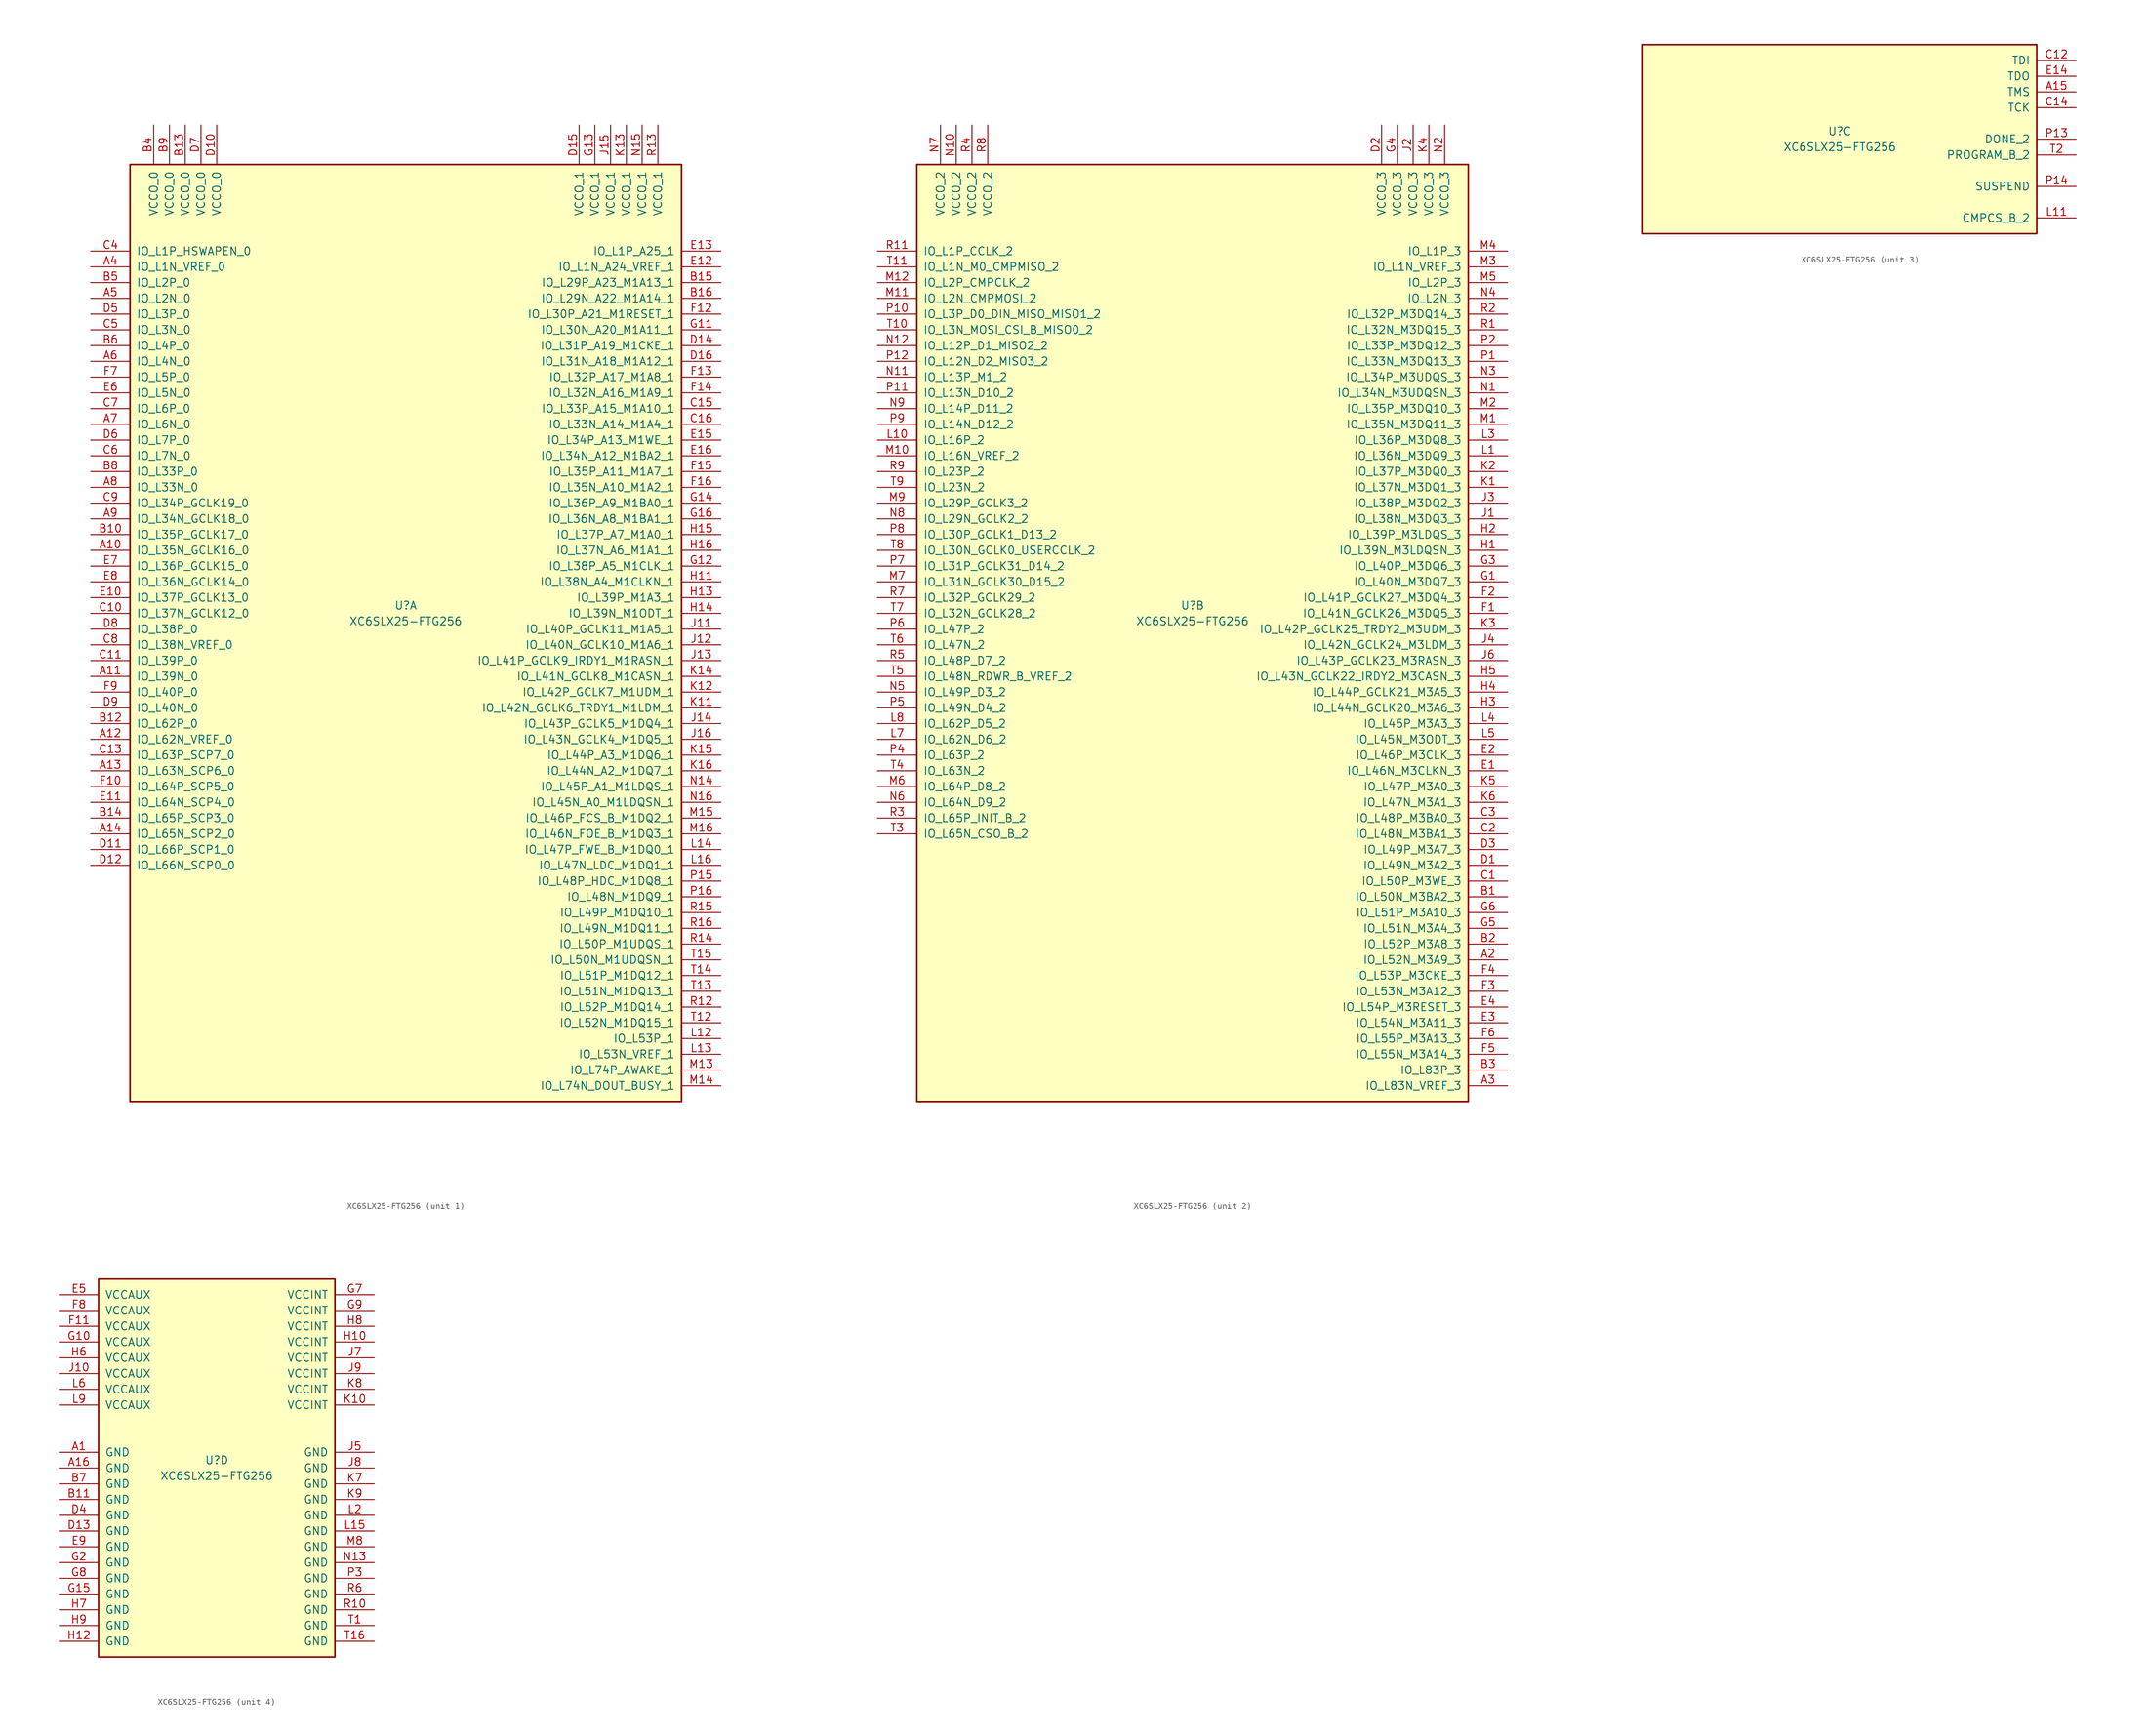
<source format=kicad_sym>
(kicad_symbol_lib
  (version 20201005)
  (generator kicad_symbol_editor)
  (symbol "XC6SLX25-FTG256"
    (pin_names
      (offset 1.016))
    (property "Reference" "U"
      (at 0 1.27 0)
      (effects (font (size 1.27 1.27))))
    (property "Value" "XC6SLX25-FTG256"
      (at 0 -1.27 0)
      (effects (font (size 1.27 1.27))))
    (property "Datasheet" ""
      (at 0 0 0)
      (effects (font (size 1.27 1.27))))
    (property "ki_locked" ""
      (at 0 0 0)
      (effects (font (size 1.27 1.27))))
    (symbol "XC6SLX25-FTG256_1_1"
      (rectangle (start -44.45 72.39) (end 44.45 -78.74) (stroke (width 0.254)) (fill (type background)))
      (pin bidirectional line (at -50.8 10.16 0) (length 6.35) (name "IO_L35N_GCLK16_0" (effects (font (size 1.27 1.27)))) (number "A10" (effects (font (size 1.27 1.27)))))
      (pin bidirectional line (at -50.8 -10.16 0) (length 6.35) (name "IO_L39N_0" (effects (font (size 1.27 1.27)))) (number "A11" (effects (font (size 1.27 1.27)))))
      (pin bidirectional line (at -50.8 -20.32 0) (length 6.35) (name "IO_L62N_VREF_0" (effects (font (size 1.27 1.27)))) (number "A12" (effects (font (size 1.27 1.27)))))
      (pin bidirectional line (at -50.8 -25.4 0) (length 6.35) (name "IO_L63N_SCP6_0" (effects (font (size 1.27 1.27)))) (number "A13" (effects (font (size 1.27 1.27)))))
      (pin bidirectional line (at -50.8 -35.56 0) (length 6.35) (name "IO_L65N_SCP2_0" (effects (font (size 1.27 1.27)))) (number "A14" (effects (font (size 1.27 1.27)))))
      (pin bidirectional line (at -50.8 55.88 0) (length 6.35) (name "IO_L1N_VREF_0" (effects (font (size 1.27 1.27)))) (number "A4" (effects (font (size 1.27 1.27)))))
      (pin bidirectional line (at -50.8 50.8 0) (length 6.35) (name "IO_L2N_0" (effects (font (size 1.27 1.27)))) (number "A5" (effects (font (size 1.27 1.27)))))
      (pin bidirectional line (at -50.8 40.64 0) (length 6.35) (name "IO_L4N_0" (effects (font (size 1.27 1.27)))) (number "A6" (effects (font (size 1.27 1.27)))))
      (pin bidirectional line (at -50.8 30.48 0) (length 6.35) (name "IO_L6N_0" (effects (font (size 1.27 1.27)))) (number "A7" (effects (font (size 1.27 1.27)))))
      (pin bidirectional line (at -50.8 20.32 0) (length 6.35) (name "IO_L33N_0" (effects (font (size 1.27 1.27)))) (number "A8" (effects (font (size 1.27 1.27)))))
      (pin bidirectional line (at -50.8 15.24 0) (length 6.35) (name "IO_L34N_GCLK18_0" (effects (font (size 1.27 1.27)))) (number "A9" (effects (font (size 1.27 1.27)))))
      (pin bidirectional line (at -50.8 12.7 0) (length 6.35) (name "IO_L35P_GCLK17_0" (effects (font (size 1.27 1.27)))) (number "B10" (effects (font (size 1.27 1.27)))))
      (pin bidirectional line (at -50.8 -17.78 0) (length 6.35) (name "IO_L62P_0" (effects (font (size 1.27 1.27)))) (number "B12" (effects (font (size 1.27 1.27)))))
      (pin power_in line (at -35.56 78.74 270) (length 6.35) (name "VCCO_0" (effects (font (size 1.27 1.27)))) (number "B13" (effects (font (size 1.27 1.27)))))
      (pin bidirectional line (at -50.8 -33.02 0) (length 6.35) (name "IO_L65P_SCP3_0" (effects (font (size 1.27 1.27)))) (number "B14" (effects (font (size 1.27 1.27)))))
      (pin bidirectional line (at 50.8 53.34 180) (length 6.35) (name "IO_L29P_A23_M1A13_1" (effects (font (size 1.27 1.27)))) (number "B15" (effects (font (size 1.27 1.27)))))
      (pin bidirectional line (at 50.8 50.8 180) (length 6.35) (name "IO_L29N_A22_M1A14_1" (effects (font (size 1.27 1.27)))) (number "B16" (effects (font (size 1.27 1.27)))))
      (pin power_in line (at -40.64 78.74 270) (length 6.35) (name "VCCO_0" (effects (font (size 1.27 1.27)))) (number "B4" (effects (font (size 1.27 1.27)))))
      (pin bidirectional line (at -50.8 53.34 0) (length 6.35) (name "IO_L2P_0" (effects (font (size 1.27 1.27)))) (number "B5" (effects (font (size 1.27 1.27)))))
      (pin bidirectional line (at -50.8 43.18 0) (length 6.35) (name "IO_L4P_0" (effects (font (size 1.27 1.27)))) (number "B6" (effects (font (size 1.27 1.27)))))
      (pin bidirectional line (at -50.8 22.86 0) (length 6.35) (name "IO_L33P_0" (effects (font (size 1.27 1.27)))) (number "B8" (effects (font (size 1.27 1.27)))))
      (pin power_in line (at -38.1 78.74 270) (length 6.35) (name "VCCO_0" (effects (font (size 1.27 1.27)))) (number "B9" (effects (font (size 1.27 1.27)))))
      (pin bidirectional line (at -50.8 0 0) (length 6.35) (name "IO_L37N_GCLK12_0" (effects (font (size 1.27 1.27)))) (number "C10" (effects (font (size 1.27 1.27)))))
      (pin bidirectional line (at -50.8 -7.62 0) (length 6.35) (name "IO_L39P_0" (effects (font (size 1.27 1.27)))) (number "C11" (effects (font (size 1.27 1.27)))))
      (pin bidirectional line (at -50.8 -22.86 0) (length 6.35) (name "IO_L63P_SCP7_0" (effects (font (size 1.27 1.27)))) (number "C13" (effects (font (size 1.27 1.27)))))
      (pin bidirectional line (at 50.8 33.02 180) (length 6.35) (name "IO_L33P_A15_M1A10_1" (effects (font (size 1.27 1.27)))) (number "C15" (effects (font (size 1.27 1.27)))))
      (pin bidirectional line (at 50.8 30.48 180) (length 6.35) (name "IO_L33N_A14_M1A4_1" (effects (font (size 1.27 1.27)))) (number "C16" (effects (font (size 1.27 1.27)))))
      (pin bidirectional line (at -50.8 58.42 0) (length 6.35) (name "IO_L1P_HSWAPEN_0" (effects (font (size 1.27 1.27)))) (number "C4" (effects (font (size 1.27 1.27)))))
      (pin bidirectional line (at -50.8 45.72 0) (length 6.35) (name "IO_L3N_0" (effects (font (size 1.27 1.27)))) (number "C5" (effects (font (size 1.27 1.27)))))
      (pin bidirectional line (at -50.8 25.4 0) (length 6.35) (name "IO_L7N_0" (effects (font (size 1.27 1.27)))) (number "C6" (effects (font (size 1.27 1.27)))))
      (pin bidirectional line (at -50.8 33.02 0) (length 6.35) (name "IO_L6P_0" (effects (font (size 1.27 1.27)))) (number "C7" (effects (font (size 1.27 1.27)))))
      (pin bidirectional line (at -50.8 -5.08 0) (length 6.35) (name "IO_L38N_VREF_0" (effects (font (size 1.27 1.27)))) (number "C8" (effects (font (size 1.27 1.27)))))
      (pin bidirectional line (at -50.8 17.78 0) (length 6.35) (name "IO_L34P_GCLK19_0" (effects (font (size 1.27 1.27)))) (number "C9" (effects (font (size 1.27 1.27)))))
      (pin power_in line (at -30.48 78.74 270) (length 6.35) (name "VCCO_0" (effects (font (size 1.27 1.27)))) (number "D10" (effects (font (size 1.27 1.27)))))
      (pin bidirectional line (at -50.8 -38.1 0) (length 6.35) (name "IO_L66P_SCP1_0" (effects (font (size 1.27 1.27)))) (number "D11" (effects (font (size 1.27 1.27)))))
      (pin bidirectional line (at -50.8 -40.64 0) (length 6.35) (name "IO_L66N_SCP0_0" (effects (font (size 1.27 1.27)))) (number "D12" (effects (font (size 1.27 1.27)))))
      (pin bidirectional line (at 50.8 43.18 180) (length 6.35) (name "IO_L31P_A19_M1CKE_1" (effects (font (size 1.27 1.27)))) (number "D14" (effects (font (size 1.27 1.27)))))
      (pin power_in line (at 27.94 78.74 270) (length 6.35) (name "VCCO_1" (effects (font (size 1.27 1.27)))) (number "D15" (effects (font (size 1.27 1.27)))))
      (pin bidirectional line (at 50.8 40.64 180) (length 6.35) (name "IO_L31N_A18_M1A12_1" (effects (font (size 1.27 1.27)))) (number "D16" (effects (font (size 1.27 1.27)))))
      (pin bidirectional line (at -50.8 48.26 0) (length 6.35) (name "IO_L3P_0" (effects (font (size 1.27 1.27)))) (number "D5" (effects (font (size 1.27 1.27)))))
      (pin bidirectional line (at -50.8 27.94 0) (length 6.35) (name "IO_L7P_0" (effects (font (size 1.27 1.27)))) (number "D6" (effects (font (size 1.27 1.27)))))
      (pin power_in line (at -33.02 78.74 270) (length 6.35) (name "VCCO_0" (effects (font (size 1.27 1.27)))) (number "D7" (effects (font (size 1.27 1.27)))))
      (pin bidirectional line (at -50.8 -2.54 0) (length 6.35) (name "IO_L38P_0" (effects (font (size 1.27 1.27)))) (number "D8" (effects (font (size 1.27 1.27)))))
      (pin bidirectional line (at -50.8 -15.24 0) (length 6.35) (name "IO_L40N_0" (effects (font (size 1.27 1.27)))) (number "D9" (effects (font (size 1.27 1.27)))))
      (pin bidirectional line (at -50.8 2.54 0) (length 6.35) (name "IO_L37P_GCLK13_0" (effects (font (size 1.27 1.27)))) (number "E10" (effects (font (size 1.27 1.27)))))
      (pin bidirectional line (at -50.8 -30.48 0) (length 6.35) (name "IO_L64N_SCP4_0" (effects (font (size 1.27 1.27)))) (number "E11" (effects (font (size 1.27 1.27)))))
      (pin bidirectional line (at 50.8 55.88 180) (length 6.35) (name "IO_L1N_A24_VREF_1" (effects (font (size 1.27 1.27)))) (number "E12" (effects (font (size 1.27 1.27)))))
      (pin bidirectional line (at 50.8 58.42 180) (length 6.35) (name "IO_L1P_A25_1" (effects (font (size 1.27 1.27)))) (number "E13" (effects (font (size 1.27 1.27)))))
      (pin bidirectional line (at 50.8 27.94 180) (length 6.35) (name "IO_L34P_A13_M1WE_1" (effects (font (size 1.27 1.27)))) (number "E15" (effects (font (size 1.27 1.27)))))
      (pin bidirectional line (at 50.8 25.4 180) (length 6.35) (name "IO_L34N_A12_M1BA2_1" (effects (font (size 1.27 1.27)))) (number "E16" (effects (font (size 1.27 1.27)))))
      (pin bidirectional line (at -50.8 35.56 0) (length 6.35) (name "IO_L5N_0" (effects (font (size 1.27 1.27)))) (number "E6" (effects (font (size 1.27 1.27)))))
      (pin bidirectional line (at -50.8 7.62 0) (length 6.35) (name "IO_L36P_GCLK15_0" (effects (font (size 1.27 1.27)))) (number "E7" (effects (font (size 1.27 1.27)))))
      (pin bidirectional line (at -50.8 5.08 0) (length 6.35) (name "IO_L36N_GCLK14_0" (effects (font (size 1.27 1.27)))) (number "E8" (effects (font (size 1.27 1.27)))))
      (pin bidirectional line (at -50.8 -27.94 0) (length 6.35) (name "IO_L64P_SCP5_0" (effects (font (size 1.27 1.27)))) (number "F10" (effects (font (size 1.27 1.27)))))
      (pin bidirectional line (at 50.8 48.26 180) (length 6.35) (name "IO_L30P_A21_M1RESET_1" (effects (font (size 1.27 1.27)))) (number "F12" (effects (font (size 1.27 1.27)))))
      (pin bidirectional line (at 50.8 38.1 180) (length 6.35) (name "IO_L32P_A17_M1A8_1" (effects (font (size 1.27 1.27)))) (number "F13" (effects (font (size 1.27 1.27)))))
      (pin bidirectional line (at 50.8 35.56 180) (length 6.35) (name "IO_L32N_A16_M1A9_1" (effects (font (size 1.27 1.27)))) (number "F14" (effects (font (size 1.27 1.27)))))
      (pin bidirectional line (at 50.8 22.86 180) (length 6.35) (name "IO_L35P_A11_M1A7_1" (effects (font (size 1.27 1.27)))) (number "F15" (effects (font (size 1.27 1.27)))))
      (pin bidirectional line (at 50.8 20.32 180) (length 6.35) (name "IO_L35N_A10_M1A2_1" (effects (font (size 1.27 1.27)))) (number "F16" (effects (font (size 1.27 1.27)))))
      (pin bidirectional line (at -50.8 38.1 0) (length 6.35) (name "IO_L5P_0" (effects (font (size 1.27 1.27)))) (number "F7" (effects (font (size 1.27 1.27)))))
      (pin bidirectional line (at -50.8 -12.7 0) (length 6.35) (name "IO_L40P_0" (effects (font (size 1.27 1.27)))) (number "F9" (effects (font (size 1.27 1.27)))))
      (pin bidirectional line (at 50.8 45.72 180) (length 6.35) (name "IO_L30N_A20_M1A11_1" (effects (font (size 1.27 1.27)))) (number "G11" (effects (font (size 1.27 1.27)))))
      (pin bidirectional line (at 50.8 7.62 180) (length 6.35) (name "IO_L38P_A5_M1CLK_1" (effects (font (size 1.27 1.27)))) (number "G12" (effects (font (size 1.27 1.27)))))
      (pin power_in line (at 30.48 78.74 270) (length 6.35) (name "VCCO_1" (effects (font (size 1.27 1.27)))) (number "G13" (effects (font (size 1.27 1.27)))))
      (pin bidirectional line (at 50.8 17.78 180) (length 6.35) (name "IO_L36P_A9_M1BA0_1" (effects (font (size 1.27 1.27)))) (number "G14" (effects (font (size 1.27 1.27)))))
      (pin bidirectional line (at 50.8 15.24 180) (length 6.35) (name "IO_L36N_A8_M1BA1_1" (effects (font (size 1.27 1.27)))) (number "G16" (effects (font (size 1.27 1.27)))))
      (pin bidirectional line (at 50.8 5.08 180) (length 6.35) (name "IO_L38N_A4_M1CLKN_1" (effects (font (size 1.27 1.27)))) (number "H11" (effects (font (size 1.27 1.27)))))
      (pin bidirectional line (at 50.8 2.54 180) (length 6.35) (name "IO_L39P_M1A3_1" (effects (font (size 1.27 1.27)))) (number "H13" (effects (font (size 1.27 1.27)))))
      (pin bidirectional line (at 50.8 0 180) (length 6.35) (name "IO_L39N_M1ODT_1" (effects (font (size 1.27 1.27)))) (number "H14" (effects (font (size 1.27 1.27)))))
      (pin bidirectional line (at 50.8 12.7 180) (length 6.35) (name "IO_L37P_A7_M1A0_1" (effects (font (size 1.27 1.27)))) (number "H15" (effects (font (size 1.27 1.27)))))
      (pin bidirectional line (at 50.8 10.16 180) (length 6.35) (name "IO_L37N_A6_M1A1_1" (effects (font (size 1.27 1.27)))) (number "H16" (effects (font (size 1.27 1.27)))))
      (pin bidirectional line (at 50.8 -2.54 180) (length 6.35) (name "IO_L40P_GCLK11_M1A5_1" (effects (font (size 1.27 1.27)))) (number "J11" (effects (font (size 1.27 1.27)))))
      (pin bidirectional line (at 50.8 -5.08 180) (length 6.35) (name "IO_L40N_GCLK10_M1A6_1" (effects (font (size 1.27 1.27)))) (number "J12" (effects (font (size 1.27 1.27)))))
      (pin bidirectional line (at 50.8 -7.62 180) (length 6.35) (name "IO_L41P_GCLK9_IRDY1_M1RASN_1" (effects (font (size 1.27 1.27)))) (number "J13" (effects (font (size 1.27 1.27)))))
      (pin bidirectional line (at 50.8 -17.78 180) (length 6.35) (name "IO_L43P_GCLK5_M1DQ4_1" (effects (font (size 1.27 1.27)))) (number "J14" (effects (font (size 1.27 1.27)))))
      (pin power_in line (at 33.02 78.74 270) (length 6.35) (name "VCCO_1" (effects (font (size 1.27 1.27)))) (number "J15" (effects (font (size 1.27 1.27)))))
      (pin bidirectional line (at 50.8 -20.32 180) (length 6.35) (name "IO_L43N_GCLK4_M1DQ5_1" (effects (font (size 1.27 1.27)))) (number "J16" (effects (font (size 1.27 1.27)))))
      (pin bidirectional line (at 50.8 -15.24 180) (length 6.35) (name "IO_L42N_GCLK6_TRDY1_M1LDM_1" (effects (font (size 1.27 1.27)))) (number "K11" (effects (font (size 1.27 1.27)))))
      (pin bidirectional line (at 50.8 -12.7 180) (length 6.35) (name "IO_L42P_GCLK7_M1UDM_1" (effects (font (size 1.27 1.27)))) (number "K12" (effects (font (size 1.27 1.27)))))
      (pin power_in line (at 35.56 78.74 270) (length 6.35) (name "VCCO_1" (effects (font (size 1.27 1.27)))) (number "K13" (effects (font (size 1.27 1.27)))))
      (pin bidirectional line (at 50.8 -10.16 180) (length 6.35) (name "IO_L41N_GCLK8_M1CASN_1" (effects (font (size 1.27 1.27)))) (number "K14" (effects (font (size 1.27 1.27)))))
      (pin bidirectional line (at 50.8 -22.86 180) (length 6.35) (name "IO_L44P_A3_M1DQ6_1" (effects (font (size 1.27 1.27)))) (number "K15" (effects (font (size 1.27 1.27)))))
      (pin bidirectional line (at 50.8 -25.4 180) (length 6.35) (name "IO_L44N_A2_M1DQ7_1" (effects (font (size 1.27 1.27)))) (number "K16" (effects (font (size 1.27 1.27)))))
      (pin bidirectional line (at 50.8 -68.58 180) (length 6.35) (name "IO_L53P_1" (effects (font (size 1.27 1.27)))) (number "L12" (effects (font (size 1.27 1.27)))))
      (pin bidirectional line (at 50.8 -71.12 180) (length 6.35) (name "IO_L53N_VREF_1" (effects (font (size 1.27 1.27)))) (number "L13" (effects (font (size 1.27 1.27)))))
      (pin bidirectional line (at 50.8 -38.1 180) (length 6.35) (name "IO_L47P_FWE_B_M1DQ0_1" (effects (font (size 1.27 1.27)))) (number "L14" (effects (font (size 1.27 1.27)))))
      (pin bidirectional line (at 50.8 -40.64 180) (length 6.35) (name "IO_L47N_LDC_M1DQ1_1" (effects (font (size 1.27 1.27)))) (number "L16" (effects (font (size 1.27 1.27)))))
      (pin bidirectional line (at 50.8 -73.66 180) (length 6.35) (name "IO_L74P_AWAKE_1" (effects (font (size 1.27 1.27)))) (number "M13" (effects (font (size 1.27 1.27)))))
      (pin bidirectional line (at 50.8 -76.2 180) (length 6.35) (name "IO_L74N_DOUT_BUSY_1" (effects (font (size 1.27 1.27)))) (number "M14" (effects (font (size 1.27 1.27)))))
      (pin bidirectional line (at 50.8 -33.02 180) (length 6.35) (name "IO_L46P_FCS_B_M1DQ2_1" (effects (font (size 1.27 1.27)))) (number "M15" (effects (font (size 1.27 1.27)))))
      (pin bidirectional line (at 50.8 -35.56 180) (length 6.35) (name "IO_L46N_FOE_B_M1DQ3_1" (effects (font (size 1.27 1.27)))) (number "M16" (effects (font (size 1.27 1.27)))))
      (pin bidirectional line (at 50.8 -27.94 180) (length 6.35) (name "IO_L45P_A1_M1LDQS_1" (effects (font (size 1.27 1.27)))) (number "N14" (effects (font (size 1.27 1.27)))))
      (pin power_in line (at 38.1 78.74 270) (length 6.35) (name "VCCO_1" (effects (font (size 1.27 1.27)))) (number "N15" (effects (font (size 1.27 1.27)))))
      (pin bidirectional line (at 50.8 -30.48 180) (length 6.35) (name "IO_L45N_A0_M1LDQSN_1" (effects (font (size 1.27 1.27)))) (number "N16" (effects (font (size 1.27 1.27)))))
      (pin bidirectional line (at 50.8 -43.18 180) (length 6.35) (name "IO_L48P_HDC_M1DQ8_1" (effects (font (size 1.27 1.27)))) (number "P15" (effects (font (size 1.27 1.27)))))
      (pin bidirectional line (at 50.8 -45.72 180) (length 6.35) (name "IO_L48N_M1DQ9_1" (effects (font (size 1.27 1.27)))) (number "P16" (effects (font (size 1.27 1.27)))))
      (pin bidirectional line (at 50.8 -63.5 180) (length 6.35) (name "IO_L52P_M1DQ14_1" (effects (font (size 1.27 1.27)))) (number "R12" (effects (font (size 1.27 1.27)))))
      (pin power_in line (at 40.64 78.74 270) (length 6.35) (name "VCCO_1" (effects (font (size 1.27 1.27)))) (number "R13" (effects (font (size 1.27 1.27)))))
      (pin bidirectional line (at 50.8 -53.34 180) (length 6.35) (name "IO_L50P_M1UDQS_1" (effects (font (size 1.27 1.27)))) (number "R14" (effects (font (size 1.27 1.27)))))
      (pin bidirectional line (at 50.8 -48.26 180) (length 6.35) (name "IO_L49P_M1DQ10_1" (effects (font (size 1.27 1.27)))) (number "R15" (effects (font (size 1.27 1.27)))))
      (pin bidirectional line (at 50.8 -50.8 180) (length 6.35) (name "IO_L49N_M1DQ11_1" (effects (font (size 1.27 1.27)))) (number "R16" (effects (font (size 1.27 1.27)))))
      (pin bidirectional line (at 50.8 -66.04 180) (length 6.35) (name "IO_L52N_M1DQ15_1" (effects (font (size 1.27 1.27)))) (number "T12" (effects (font (size 1.27 1.27)))))
      (pin bidirectional line (at 50.8 -60.96 180) (length 6.35) (name "IO_L51N_M1DQ13_1" (effects (font (size 1.27 1.27)))) (number "T13" (effects (font (size 1.27 1.27)))))
      (pin bidirectional line (at 50.8 -58.42 180) (length 6.35) (name "IO_L51P_M1DQ12_1" (effects (font (size 1.27 1.27)))) (number "T14" (effects (font (size 1.27 1.27)))))
      (pin bidirectional line (at 50.8 -55.88 180) (length 6.35) (name "IO_L50N_M1UDQSN_1" (effects (font (size 1.27 1.27)))) (number "T15" (effects (font (size 1.27 1.27))))))
    (symbol "XC6SLX25-FTG256_2_1"
      (rectangle (start -44.45 72.39) (end 44.45 -78.74) (stroke (width 0.254)) (fill (type background)))
      (pin bidirectional line (at 50.8 -55.88 180) (length 6.35) (name "IO_L52N_M3A9_3" (effects (font (size 1.27 1.27)))) (number "A2" (effects (font (size 1.27 1.27)))))
      (pin bidirectional line (at 50.8 -76.2 180) (length 6.35) (name "IO_L83N_VREF_3" (effects (font (size 1.27 1.27)))) (number "A3" (effects (font (size 1.27 1.27)))))
      (pin bidirectional line (at 50.8 -45.72 180) (length 6.35) (name "IO_L50N_M3BA2_3" (effects (font (size 1.27 1.27)))) (number "B1" (effects (font (size 1.27 1.27)))))
      (pin bidirectional line (at 50.8 -53.34 180) (length 6.35) (name "IO_L52P_M3A8_3" (effects (font (size 1.27 1.27)))) (number "B2" (effects (font (size 1.27 1.27)))))
      (pin bidirectional line (at 50.8 -73.66 180) (length 6.35) (name "IO_L83P_3" (effects (font (size 1.27 1.27)))) (number "B3" (effects (font (size 1.27 1.27)))))
      (pin bidirectional line (at 50.8 -43.18 180) (length 6.35) (name "IO_L50P_M3WE_3" (effects (font (size 1.27 1.27)))) (number "C1" (effects (font (size 1.27 1.27)))))
      (pin bidirectional line (at 50.8 -35.56 180) (length 6.35) (name "IO_L48N_M3BA1_3" (effects (font (size 1.27 1.27)))) (number "C2" (effects (font (size 1.27 1.27)))))
      (pin bidirectional line (at 50.8 -33.02 180) (length 6.35) (name "IO_L48P_M3BA0_3" (effects (font (size 1.27 1.27)))) (number "C3" (effects (font (size 1.27 1.27)))))
      (pin bidirectional line (at 50.8 -40.64 180) (length 6.35) (name "IO_L49N_M3A2_3" (effects (font (size 1.27 1.27)))) (number "D1" (effects (font (size 1.27 1.27)))))
      (pin power_in line (at 30.48 78.74 270) (length 6.35) (name "VCCO_3" (effects (font (size 1.27 1.27)))) (number "D2" (effects (font (size 1.27 1.27)))))
      (pin bidirectional line (at 50.8 -38.1 180) (length 6.35) (name "IO_L49P_M3A7_3" (effects (font (size 1.27 1.27)))) (number "D3" (effects (font (size 1.27 1.27)))))
      (pin bidirectional line (at 50.8 -25.4 180) (length 6.35) (name "IO_L46N_M3CLKN_3" (effects (font (size 1.27 1.27)))) (number "E1" (effects (font (size 1.27 1.27)))))
      (pin bidirectional line (at 50.8 -22.86 180) (length 6.35) (name "IO_L46P_M3CLK_3" (effects (font (size 1.27 1.27)))) (number "E2" (effects (font (size 1.27 1.27)))))
      (pin bidirectional line (at 50.8 -66.04 180) (length 6.35) (name "IO_L54N_M3A11_3" (effects (font (size 1.27 1.27)))) (number "E3" (effects (font (size 1.27 1.27)))))
      (pin bidirectional line (at 50.8 -63.5 180) (length 6.35) (name "IO_L54P_M3RESET_3" (effects (font (size 1.27 1.27)))) (number "E4" (effects (font (size 1.27 1.27)))))
      (pin bidirectional line (at 50.8 0 180) (length 6.35) (name "IO_L41N_GCLK26_M3DQ5_3" (effects (font (size 1.27 1.27)))) (number "F1" (effects (font (size 1.27 1.27)))))
      (pin bidirectional line (at 50.8 2.54 180) (length 6.35) (name "IO_L41P_GCLK27_M3DQ4_3" (effects (font (size 1.27 1.27)))) (number "F2" (effects (font (size 1.27 1.27)))))
      (pin bidirectional line (at 50.8 -60.96 180) (length 6.35) (name "IO_L53N_M3A12_3" (effects (font (size 1.27 1.27)))) (number "F3" (effects (font (size 1.27 1.27)))))
      (pin bidirectional line (at 50.8 -58.42 180) (length 6.35) (name "IO_L53P_M3CKE_3" (effects (font (size 1.27 1.27)))) (number "F4" (effects (font (size 1.27 1.27)))))
      (pin bidirectional line (at 50.8 -71.12 180) (length 6.35) (name "IO_L55N_M3A14_3" (effects (font (size 1.27 1.27)))) (number "F5" (effects (font (size 1.27 1.27)))))
      (pin bidirectional line (at 50.8 -68.58 180) (length 6.35) (name "IO_L55P_M3A13_3" (effects (font (size 1.27 1.27)))) (number "F6" (effects (font (size 1.27 1.27)))))
      (pin bidirectional line (at 50.8 5.08 180) (length 6.35) (name "IO_L40N_M3DQ7_3" (effects (font (size 1.27 1.27)))) (number "G1" (effects (font (size 1.27 1.27)))))
      (pin bidirectional line (at 50.8 7.62 180) (length 6.35) (name "IO_L40P_M3DQ6_3" (effects (font (size 1.27 1.27)))) (number "G3" (effects (font (size 1.27 1.27)))))
      (pin power_in line (at 33.02 78.74 270) (length 6.35) (name "VCCO_3" (effects (font (size 1.27 1.27)))) (number "G4" (effects (font (size 1.27 1.27)))))
      (pin bidirectional line (at 50.8 -50.8 180) (length 6.35) (name "IO_L51N_M3A4_3" (effects (font (size 1.27 1.27)))) (number "G5" (effects (font (size 1.27 1.27)))))
      (pin bidirectional line (at 50.8 -48.26 180) (length 6.35) (name "IO_L51P_M3A10_3" (effects (font (size 1.27 1.27)))) (number "G6" (effects (font (size 1.27 1.27)))))
      (pin bidirectional line (at 50.8 10.16 180) (length 6.35) (name "IO_L39N_M3LDQSN_3" (effects (font (size 1.27 1.27)))) (number "H1" (effects (font (size 1.27 1.27)))))
      (pin bidirectional line (at 50.8 12.7 180) (length 6.35) (name "IO_L39P_M3LDQS_3" (effects (font (size 1.27 1.27)))) (number "H2" (effects (font (size 1.27 1.27)))))
      (pin bidirectional line (at 50.8 -15.24 180) (length 6.35) (name "IO_L44N_GCLK20_M3A6_3" (effects (font (size 1.27 1.27)))) (number "H3" (effects (font (size 1.27 1.27)))))
      (pin bidirectional line (at 50.8 -12.7 180) (length 6.35) (name "IO_L44P_GCLK21_M3A5_3" (effects (font (size 1.27 1.27)))) (number "H4" (effects (font (size 1.27 1.27)))))
      (pin bidirectional line (at 50.8 -10.16 180) (length 6.35) (name "IO_L43N_GCLK22_IRDY2_M3CASN_3" (effects (font (size 1.27 1.27)))) (number "H5" (effects (font (size 1.27 1.27)))))
      (pin bidirectional line (at 50.8 15.24 180) (length 6.35) (name "IO_L38N_M3DQ3_3" (effects (font (size 1.27 1.27)))) (number "J1" (effects (font (size 1.27 1.27)))))
      (pin power_in line (at 35.56 78.74 270) (length 6.35) (name "VCCO_3" (effects (font (size 1.27 1.27)))) (number "J2" (effects (font (size 1.27 1.27)))))
      (pin bidirectional line (at 50.8 17.78 180) (length 6.35) (name "IO_L38P_M3DQ2_3" (effects (font (size 1.27 1.27)))) (number "J3" (effects (font (size 1.27 1.27)))))
      (pin bidirectional line (at 50.8 -5.08 180) (length 6.35) (name "IO_L42N_GCLK24_M3LDM_3" (effects (font (size 1.27 1.27)))) (number "J4" (effects (font (size 1.27 1.27)))))
      (pin bidirectional line (at 50.8 -7.62 180) (length 6.35) (name "IO_L43P_GCLK23_M3RASN_3" (effects (font (size 1.27 1.27)))) (number "J6" (effects (font (size 1.27 1.27)))))
      (pin bidirectional line (at 50.8 20.32 180) (length 6.35) (name "IO_L37N_M3DQ1_3" (effects (font (size 1.27 1.27)))) (number "K1" (effects (font (size 1.27 1.27)))))
      (pin bidirectional line (at 50.8 22.86 180) (length 6.35) (name "IO_L37P_M3DQ0_3" (effects (font (size 1.27 1.27)))) (number "K2" (effects (font (size 1.27 1.27)))))
      (pin bidirectional line (at 50.8 -2.54 180) (length 6.35) (name "IO_L42P_GCLK25_TRDY2_M3UDM_3" (effects (font (size 1.27 1.27)))) (number "K3" (effects (font (size 1.27 1.27)))))
      (pin power_in line (at 38.1 78.74 270) (length 6.35) (name "VCCO_3" (effects (font (size 1.27 1.27)))) (number "K4" (effects (font (size 1.27 1.27)))))
      (pin bidirectional line (at 50.8 -27.94 180) (length 6.35) (name "IO_L47P_M3A0_3" (effects (font (size 1.27 1.27)))) (number "K5" (effects (font (size 1.27 1.27)))))
      (pin bidirectional line (at 50.8 -30.48 180) (length 6.35) (name "IO_L47N_M3A1_3" (effects (font (size 1.27 1.27)))) (number "K6" (effects (font (size 1.27 1.27)))))
      (pin bidirectional line (at 50.8 25.4 180) (length 6.35) (name "IO_L36N_M3DQ9_3" (effects (font (size 1.27 1.27)))) (number "L1" (effects (font (size 1.27 1.27)))))
      (pin bidirectional line (at -50.8 27.94 0) (length 6.35) (name "IO_L16P_2" (effects (font (size 1.27 1.27)))) (number "L10" (effects (font (size 1.27 1.27)))))
      (pin bidirectional line (at 50.8 27.94 180) (length 6.35) (name "IO_L36P_M3DQ8_3" (effects (font (size 1.27 1.27)))) (number "L3" (effects (font (size 1.27 1.27)))))
      (pin bidirectional line (at 50.8 -17.78 180) (length 6.35) (name "IO_L45P_M3A3_3" (effects (font (size 1.27 1.27)))) (number "L4" (effects (font (size 1.27 1.27)))))
      (pin bidirectional line (at 50.8 -20.32 180) (length 6.35) (name "IO_L45N_M3ODT_3" (effects (font (size 1.27 1.27)))) (number "L5" (effects (font (size 1.27 1.27)))))
      (pin bidirectional line (at -50.8 -20.32 0) (length 6.35) (name "IO_L62N_D6_2" (effects (font (size 1.27 1.27)))) (number "L7" (effects (font (size 1.27 1.27)))))
      (pin bidirectional line (at -50.8 -17.78 0) (length 6.35) (name "IO_L62P_D5_2" (effects (font (size 1.27 1.27)))) (number "L8" (effects (font (size 1.27 1.27)))))
      (pin bidirectional line (at 50.8 30.48 180) (length 6.35) (name "IO_L35N_M3DQ11_3" (effects (font (size 1.27 1.27)))) (number "M1" (effects (font (size 1.27 1.27)))))
      (pin bidirectional line (at -50.8 25.4 0) (length 6.35) (name "IO_L16N_VREF_2" (effects (font (size 1.27 1.27)))) (number "M10" (effects (font (size 1.27 1.27)))))
      (pin bidirectional line (at -50.8 50.8 0) (length 6.35) (name "IO_L2N_CMPMOSI_2" (effects (font (size 1.27 1.27)))) (number "M11" (effects (font (size 1.27 1.27)))))
      (pin bidirectional line (at -50.8 53.34 0) (length 6.35) (name "IO_L2P_CMPCLK_2" (effects (font (size 1.27 1.27)))) (number "M12" (effects (font (size 1.27 1.27)))))
      (pin bidirectional line (at 50.8 33.02 180) (length 6.35) (name "IO_L35P_M3DQ10_3" (effects (font (size 1.27 1.27)))) (number "M2" (effects (font (size 1.27 1.27)))))
      (pin bidirectional line (at 50.8 55.88 180) (length 6.35) (name "IO_L1N_VREF_3" (effects (font (size 1.27 1.27)))) (number "M3" (effects (font (size 1.27 1.27)))))
      (pin bidirectional line (at 50.8 58.42 180) (length 6.35) (name "IO_L1P_3" (effects (font (size 1.27 1.27)))) (number "M4" (effects (font (size 1.27 1.27)))))
      (pin bidirectional line (at 50.8 53.34 180) (length 6.35) (name "IO_L2P_3" (effects (font (size 1.27 1.27)))) (number "M5" (effects (font (size 1.27 1.27)))))
      (pin bidirectional line (at -50.8 -27.94 0) (length 6.35) (name "IO_L64P_D8_2" (effects (font (size 1.27 1.27)))) (number "M6" (effects (font (size 1.27 1.27)))))
      (pin bidirectional line (at -50.8 5.08 0) (length 6.35) (name "IO_L31N_GCLK30_D15_2" (effects (font (size 1.27 1.27)))) (number "M7" (effects (font (size 1.27 1.27)))))
      (pin bidirectional line (at -50.8 17.78 0) (length 6.35) (name "IO_L29P_GCLK3_2" (effects (font (size 1.27 1.27)))) (number "M9" (effects (font (size 1.27 1.27)))))
      (pin bidirectional line (at 50.8 35.56 180) (length 6.35) (name "IO_L34N_M3UDQSN_3" (effects (font (size 1.27 1.27)))) (number "N1" (effects (font (size 1.27 1.27)))))
      (pin power_in line (at -38.1 78.74 270) (length 6.35) (name "VCCO_2" (effects (font (size 1.27 1.27)))) (number "N10" (effects (font (size 1.27 1.27)))))
      (pin bidirectional line (at -50.8 38.1 0) (length 6.35) (name "IO_L13P_M1_2" (effects (font (size 1.27 1.27)))) (number "N11" (effects (font (size 1.27 1.27)))))
      (pin bidirectional line (at -50.8 43.18 0) (length 6.35) (name "IO_L12P_D1_MISO2_2" (effects (font (size 1.27 1.27)))) (number "N12" (effects (font (size 1.27 1.27)))))
      (pin power_in line (at 40.64 78.74 270) (length 6.35) (name "VCCO_3" (effects (font (size 1.27 1.27)))) (number "N2" (effects (font (size 1.27 1.27)))))
      (pin bidirectional line (at 50.8 38.1 180) (length 6.35) (name "IO_L34P_M3UDQS_3" (effects (font (size 1.27 1.27)))) (number "N3" (effects (font (size 1.27 1.27)))))
      (pin bidirectional line (at 50.8 50.8 180) (length 6.35) (name "IO_L2N_3" (effects (font (size 1.27 1.27)))) (number "N4" (effects (font (size 1.27 1.27)))))
      (pin bidirectional line (at -50.8 -12.7 0) (length 6.35) (name "IO_L49P_D3_2" (effects (font (size 1.27 1.27)))) (number "N5" (effects (font (size 1.27 1.27)))))
      (pin bidirectional line (at -50.8 -30.48 0) (length 6.35) (name "IO_L64N_D9_2" (effects (font (size 1.27 1.27)))) (number "N6" (effects (font (size 1.27 1.27)))))
      (pin power_in line (at -40.64 78.74 270) (length 6.35) (name "VCCO_2" (effects (font (size 1.27 1.27)))) (number "N7" (effects (font (size 1.27 1.27)))))
      (pin bidirectional line (at -50.8 15.24 0) (length 6.35) (name "IO_L29N_GCLK2_2" (effects (font (size 1.27 1.27)))) (number "N8" (effects (font (size 1.27 1.27)))))
      (pin bidirectional line (at -50.8 33.02 0) (length 6.35) (name "IO_L14P_D11_2" (effects (font (size 1.27 1.27)))) (number "N9" (effects (font (size 1.27 1.27)))))
      (pin bidirectional line (at 50.8 40.64 180) (length 6.35) (name "IO_L33N_M3DQ13_3" (effects (font (size 1.27 1.27)))) (number "P1" (effects (font (size 1.27 1.27)))))
      (pin bidirectional line (at -50.8 48.26 0) (length 6.35) (name "IO_L3P_D0_DIN_MISO_MISO1_2" (effects (font (size 1.27 1.27)))) (number "P10" (effects (font (size 1.27 1.27)))))
      (pin bidirectional line (at -50.8 35.56 0) (length 6.35) (name "IO_L13N_D10_2" (effects (font (size 1.27 1.27)))) (number "P11" (effects (font (size 1.27 1.27)))))
      (pin bidirectional line (at -50.8 40.64 0) (length 6.35) (name "IO_L12N_D2_MISO3_2" (effects (font (size 1.27 1.27)))) (number "P12" (effects (font (size 1.27 1.27)))))
      (pin bidirectional line (at 50.8 43.18 180) (length 6.35) (name "IO_L33P_M3DQ12_3" (effects (font (size 1.27 1.27)))) (number "P2" (effects (font (size 1.27 1.27)))))
      (pin bidirectional line (at -50.8 -22.86 0) (length 6.35) (name "IO_L63P_2" (effects (font (size 1.27 1.27)))) (number "P4" (effects (font (size 1.27 1.27)))))
      (pin bidirectional line (at -50.8 -15.24 0) (length 6.35) (name "IO_L49N_D4_2" (effects (font (size 1.27 1.27)))) (number "P5" (effects (font (size 1.27 1.27)))))
      (pin bidirectional line (at -50.8 -2.54 0) (length 6.35) (name "IO_L47P_2" (effects (font (size 1.27 1.27)))) (number "P6" (effects (font (size 1.27 1.27)))))
      (pin bidirectional line (at -50.8 7.62 0) (length 6.35) (name "IO_L31P_GCLK31_D14_2" (effects (font (size 1.27 1.27)))) (number "P7" (effects (font (size 1.27 1.27)))))
      (pin bidirectional line (at -50.8 12.7 0) (length 6.35) (name "IO_L30P_GCLK1_D13_2" (effects (font (size 1.27 1.27)))) (number "P8" (effects (font (size 1.27 1.27)))))
      (pin bidirectional line (at -50.8 30.48 0) (length 6.35) (name "IO_L14N_D12_2" (effects (font (size 1.27 1.27)))) (number "P9" (effects (font (size 1.27 1.27)))))
      (pin bidirectional line (at 50.8 45.72 180) (length 6.35) (name "IO_L32N_M3DQ15_3" (effects (font (size 1.27 1.27)))) (number "R1" (effects (font (size 1.27 1.27)))))
      (pin bidirectional line (at -50.8 58.42 0) (length 6.35) (name "IO_L1P_CCLK_2" (effects (font (size 1.27 1.27)))) (number "R11" (effects (font (size 1.27 1.27)))))
      (pin bidirectional line (at 50.8 48.26 180) (length 6.35) (name "IO_L32P_M3DQ14_3" (effects (font (size 1.27 1.27)))) (number "R2" (effects (font (size 1.27 1.27)))))
      (pin bidirectional line (at -50.8 -33.02 0) (length 6.35) (name "IO_L65P_INIT_B_2" (effects (font (size 1.27 1.27)))) (number "R3" (effects (font (size 1.27 1.27)))))
      (pin power_in line (at -35.56 78.74 270) (length 6.35) (name "VCCO_2" (effects (font (size 1.27 1.27)))) (number "R4" (effects (font (size 1.27 1.27)))))
      (pin bidirectional line (at -50.8 -7.62 0) (length 6.35) (name "IO_L48P_D7_2" (effects (font (size 1.27 1.27)))) (number "R5" (effects (font (size 1.27 1.27)))))
      (pin bidirectional line (at -50.8 2.54 0) (length 6.35) (name "IO_L32P_GCLK29_2" (effects (font (size 1.27 1.27)))) (number "R7" (effects (font (size 1.27 1.27)))))
      (pin power_in line (at -33.02 78.74 270) (length 6.35) (name "VCCO_2" (effects (font (size 1.27 1.27)))) (number "R8" (effects (font (size 1.27 1.27)))))
      (pin bidirectional line (at -50.8 22.86 0) (length 6.35) (name "IO_L23P_2" (effects (font (size 1.27 1.27)))) (number "R9" (effects (font (size 1.27 1.27)))))
      (pin bidirectional line (at -50.8 45.72 0) (length 6.35) (name "IO_L3N_MOSI_CSI_B_MISO0_2" (effects (font (size 1.27 1.27)))) (number "T10" (effects (font (size 1.27 1.27)))))
      (pin bidirectional line (at -50.8 55.88 0) (length 6.35) (name "IO_L1N_M0_CMPMISO_2" (effects (font (size 1.27 1.27)))) (number "T11" (effects (font (size 1.27 1.27)))))
      (pin bidirectional line (at -50.8 -35.56 0) (length 6.35) (name "IO_L65N_CSO_B_2" (effects (font (size 1.27 1.27)))) (number "T3" (effects (font (size 1.27 1.27)))))
      (pin bidirectional line (at -50.8 -25.4 0) (length 6.35) (name "IO_L63N_2" (effects (font (size 1.27 1.27)))) (number "T4" (effects (font (size 1.27 1.27)))))
      (pin bidirectional line (at -50.8 -10.16 0) (length 6.35) (name "IO_L48N_RDWR_B_VREF_2" (effects (font (size 1.27 1.27)))) (number "T5" (effects (font (size 1.27 1.27)))))
      (pin bidirectional line (at -50.8 -5.08 0) (length 6.35) (name "IO_L47N_2" (effects (font (size 1.27 1.27)))) (number "T6" (effects (font (size 1.27 1.27)))))
      (pin bidirectional line (at -50.8 0 0) (length 6.35) (name "IO_L32N_GCLK28_2" (effects (font (size 1.27 1.27)))) (number "T7" (effects (font (size 1.27 1.27)))))
      (pin bidirectional line (at -50.8 10.16 0) (length 6.35) (name "IO_L30N_GCLK0_USERCCLK_2" (effects (font (size 1.27 1.27)))) (number "T8" (effects (font (size 1.27 1.27)))))
      (pin bidirectional line (at -50.8 20.32 0) (length 6.35) (name "IO_L23N_2" (effects (font (size 1.27 1.27)))) (number "T9" (effects (font (size 1.27 1.27))))))
    (symbol "XC6SLX25-FTG256_3_1"
      (rectangle (start -31.75 15.24) (end 31.75 -15.24) (stroke (width 0.254)) (fill (type background)))
      (pin bidirectional line (at 38.1 7.62 180) (length 6.35) (name "TMS" (effects (font (size 1.27 1.27)))) (number "A15" (effects (font (size 1.27 1.27)))))
      (pin bidirectional line (at 38.1 12.7 180) (length 6.35) (name "TDI" (effects (font (size 1.27 1.27)))) (number "C12" (effects (font (size 1.27 1.27)))))
      (pin bidirectional line (at 38.1 5.08 180) (length 6.35) (name "TCK" (effects (font (size 1.27 1.27)))) (number "C14" (effects (font (size 1.27 1.27)))))
      (pin bidirectional line (at 38.1 10.16 180) (length 6.35) (name "TDO" (effects (font (size 1.27 1.27)))) (number "E14" (effects (font (size 1.27 1.27)))))
      (pin bidirectional line (at 38.1 -12.7 180) (length 6.35) (name "CMPCS_B_2" (effects (font (size 1.27 1.27)))) (number "L11" (effects (font (size 1.27 1.27)))))
      (pin bidirectional line (at 38.1 0 180) (length 6.35) (name "DONE_2" (effects (font (size 1.27 1.27)))) (number "P13" (effects (font (size 1.27 1.27)))))
      (pin bidirectional line (at 38.1 -7.62 180) (length 6.35) (name "SUSPEND" (effects (font (size 1.27 1.27)))) (number "P14" (effects (font (size 1.27 1.27)))))
      (pin bidirectional line (at 38.1 -2.54 180) (length 6.35) (name "PROGRAM_B_2" (effects (font (size 1.27 1.27)))) (number "T2" (effects (font (size 1.27 1.27))))))
    (symbol "XC6SLX25-FTG256_4_1"
      (rectangle (start -19.05 30.48) (end 19.05 -30.48) (stroke (width 0.254)) (fill (type background)))
      (pin power_in line (at -25.4 2.54 0) (length 6.35) (name "GND" (effects (font (size 1.27 1.27)))) (number "A1" (effects (font (size 1.27 1.27)))))
      (pin power_in line (at -25.4 0 0) (length 6.35) (name "GND" (effects (font (size 1.27 1.27)))) (number "A16" (effects (font (size 1.27 1.27)))))
      (pin power_in line (at -25.4 -5.08 0) (length 6.35) (name "GND" (effects (font (size 1.27 1.27)))) (number "B11" (effects (font (size 1.27 1.27)))))
      (pin power_in line (at -25.4 -2.54 0) (length 6.35) (name "GND" (effects (font (size 1.27 1.27)))) (number "B7" (effects (font (size 1.27 1.27)))))
      (pin power_in line (at -25.4 -10.16 0) (length 6.35) (name "GND" (effects (font (size 1.27 1.27)))) (number "D13" (effects (font (size 1.27 1.27)))))
      (pin power_in line (at -25.4 -7.62 0) (length 6.35) (name "GND" (effects (font (size 1.27 1.27)))) (number "D4" (effects (font (size 1.27 1.27)))))
      (pin power_in line (at -25.4 27.94 0) (length 6.35) (name "VCCAUX" (effects (font (size 1.27 1.27)))) (number "E5" (effects (font (size 1.27 1.27)))))
      (pin power_in line (at -25.4 -12.7 0) (length 6.35) (name "GND" (effects (font (size 1.27 1.27)))) (number "E9" (effects (font (size 1.27 1.27)))))
      (pin power_in line (at -25.4 22.86 0) (length 6.35) (name "VCCAUX" (effects (font (size 1.27 1.27)))) (number "F11" (effects (font (size 1.27 1.27)))))
      (pin power_in line (at -25.4 25.4 0) (length 6.35) (name "VCCAUX" (effects (font (size 1.27 1.27)))) (number "F8" (effects (font (size 1.27 1.27)))))
      (pin power_in line (at -25.4 20.32 0) (length 6.35) (name "VCCAUX" (effects (font (size 1.27 1.27)))) (number "G10" (effects (font (size 1.27 1.27)))))
      (pin power_in line (at -25.4 -20.32 0) (length 6.35) (name "GND" (effects (font (size 1.27 1.27)))) (number "G15" (effects (font (size 1.27 1.27)))))
      (pin power_in line (at -25.4 -15.24 0) (length 6.35) (name "GND" (effects (font (size 1.27 1.27)))) (number "G2" (effects (font (size 1.27 1.27)))))
      (pin power_in line (at 25.4 27.94 180) (length 6.35) (name "VCCINT" (effects (font (size 1.27 1.27)))) (number "G7" (effects (font (size 1.27 1.27)))))
      (pin power_in line (at -25.4 -17.78 0) (length 6.35) (name "GND" (effects (font (size 1.27 1.27)))) (number "G8" (effects (font (size 1.27 1.27)))))
      (pin power_in line (at 25.4 25.4 180) (length 6.35) (name "VCCINT" (effects (font (size 1.27 1.27)))) (number "G9" (effects (font (size 1.27 1.27)))))
      (pin power_in line (at 25.4 20.32 180) (length 6.35) (name "VCCINT" (effects (font (size 1.27 1.27)))) (number "H10" (effects (font (size 1.27 1.27)))))
      (pin power_in line (at -25.4 -27.94 0) (length 6.35) (name "GND" (effects (font (size 1.27 1.27)))) (number "H12" (effects (font (size 1.27 1.27)))))
      (pin power_in line (at -25.4 17.78 0) (length 6.35) (name "VCCAUX" (effects (font (size 1.27 1.27)))) (number "H6" (effects (font (size 1.27 1.27)))))
      (pin power_in line (at -25.4 -22.86 0) (length 6.35) (name "GND" (effects (font (size 1.27 1.27)))) (number "H7" (effects (font (size 1.27 1.27)))))
      (pin power_in line (at 25.4 22.86 180) (length 6.35) (name "VCCINT" (effects (font (size 1.27 1.27)))) (number "H8" (effects (font (size 1.27 1.27)))))
      (pin power_in line (at -25.4 -25.4 0) (length 6.35) (name "GND" (effects (font (size 1.27 1.27)))) (number "H9" (effects (font (size 1.27 1.27)))))
      (pin power_in line (at -25.4 15.24 0) (length 6.35) (name "VCCAUX" (effects (font (size 1.27 1.27)))) (number "J10" (effects (font (size 1.27 1.27)))))
      (pin power_in line (at 25.4 2.54 180) (length 6.35) (name "GND" (effects (font (size 1.27 1.27)))) (number "J5" (effects (font (size 1.27 1.27)))))
      (pin power_in line (at 25.4 17.78 180) (length 6.35) (name "VCCINT" (effects (font (size 1.27 1.27)))) (number "J7" (effects (font (size 1.27 1.27)))))
      (pin power_in line (at 25.4 0 180) (length 6.35) (name "GND" (effects (font (size 1.27 1.27)))) (number "J8" (effects (font (size 1.27 1.27)))))
      (pin power_in line (at 25.4 15.24 180) (length 6.35) (name "VCCINT" (effects (font (size 1.27 1.27)))) (number "J9" (effects (font (size 1.27 1.27)))))
      (pin power_in line (at 25.4 10.16 180) (length 6.35) (name "VCCINT" (effects (font (size 1.27 1.27)))) (number "K10" (effects (font (size 1.27 1.27)))))
      (pin power_in line (at 25.4 -2.54 180) (length 6.35) (name "GND" (effects (font (size 1.27 1.27)))) (number "K7" (effects (font (size 1.27 1.27)))))
      (pin power_in line (at 25.4 12.7 180) (length 6.35) (name "VCCINT" (effects (font (size 1.27 1.27)))) (number "K8" (effects (font (size 1.27 1.27)))))
      (pin power_in line (at 25.4 -5.08 180) (length 6.35) (name "GND" (effects (font (size 1.27 1.27)))) (number "K9" (effects (font (size 1.27 1.27)))))
      (pin power_in line (at 25.4 -10.16 180) (length 6.35) (name "GND" (effects (font (size 1.27 1.27)))) (number "L15" (effects (font (size 1.27 1.27)))))
      (pin power_in line (at 25.4 -7.62 180) (length 6.35) (name "GND" (effects (font (size 1.27 1.27)))) (number "L2" (effects (font (size 1.27 1.27)))))
      (pin power_in line (at -25.4 12.7 0) (length 6.35) (name "VCCAUX" (effects (font (size 1.27 1.27)))) (number "L6" (effects (font (size 1.27 1.27)))))
      (pin power_in line (at -25.4 10.16 0) (length 6.35) (name "VCCAUX" (effects (font (size 1.27 1.27)))) (number "L9" (effects (font (size 1.27 1.27)))))
      (pin power_in line (at 25.4 -12.7 180) (length 6.35) (name "GND" (effects (font (size 1.27 1.27)))) (number "M8" (effects (font (size 1.27 1.27)))))
      (pin power_in line (at 25.4 -15.24 180) (length 6.35) (name "GND" (effects (font (size 1.27 1.27)))) (number "N13" (effects (font (size 1.27 1.27)))))
      (pin power_in line (at 25.4 -17.78 180) (length 6.35) (name "GND" (effects (font (size 1.27 1.27)))) (number "P3" (effects (font (size 1.27 1.27)))))
      (pin power_in line (at 25.4 -22.86 180) (length 6.35) (name "GND" (effects (font (size 1.27 1.27)))) (number "R10" (effects (font (size 1.27 1.27)))))
      (pin power_in line (at 25.4 -20.32 180) (length 6.35) (name "GND" (effects (font (size 1.27 1.27)))) (number "R6" (effects (font (size 1.27 1.27)))))
      (pin power_in line (at 25.4 -25.4 180) (length 6.35) (name "GND" (effects (font (size 1.27 1.27)))) (number "T1" (effects (font (size 1.27 1.27)))))
      (pin power_in line (at 25.4 -27.94 180) (length 6.35) (name "GND" (effects (font (size 1.27 1.27)))) (number "T16" (effects (font (size 1.27 1.27))))))))
</source>
